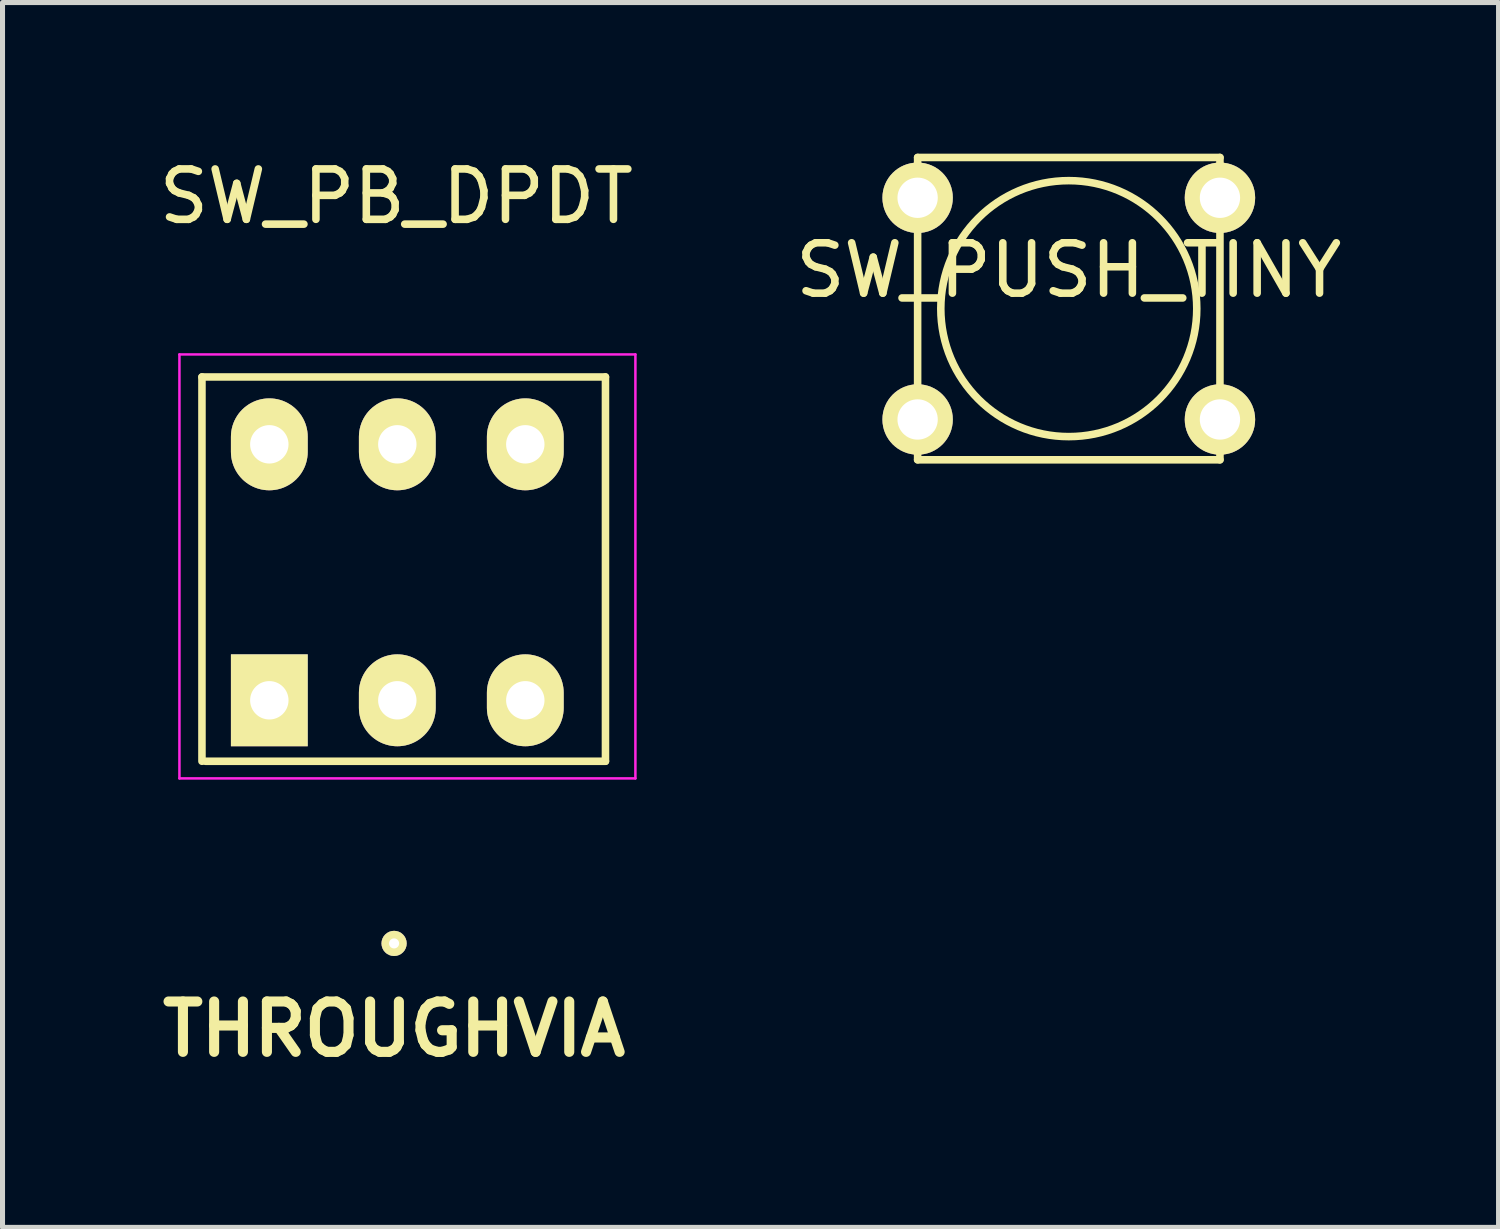
<source format=kicad_pcb>
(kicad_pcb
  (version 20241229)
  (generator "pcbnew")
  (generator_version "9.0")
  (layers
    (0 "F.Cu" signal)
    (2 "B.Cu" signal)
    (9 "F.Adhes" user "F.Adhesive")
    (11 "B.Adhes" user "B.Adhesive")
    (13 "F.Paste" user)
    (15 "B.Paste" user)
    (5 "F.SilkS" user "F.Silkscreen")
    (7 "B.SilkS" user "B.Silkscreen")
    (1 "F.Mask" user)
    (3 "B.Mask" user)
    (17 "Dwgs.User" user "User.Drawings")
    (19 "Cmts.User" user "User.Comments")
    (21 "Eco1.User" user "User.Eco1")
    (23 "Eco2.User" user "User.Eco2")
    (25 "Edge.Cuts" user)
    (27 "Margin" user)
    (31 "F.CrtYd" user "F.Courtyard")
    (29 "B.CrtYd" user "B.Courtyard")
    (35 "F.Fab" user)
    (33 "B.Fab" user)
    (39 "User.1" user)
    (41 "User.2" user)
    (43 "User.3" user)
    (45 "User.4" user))
  (footprint "SW_PB_DPDT"
    (layer "F.Cu")
    (at 2.295 10.848)
    (property "Reference" "SW_PB_DPDT" (at 2.52 -10 0) (layer "F.SilkS") (effects (font (size 1 1) (thickness 0.15))))
    (attr through_hole)
    (fp_line (start -1.337 -6.417) (end 6.671 -6.417) (stroke (width 0.15) (type solid)) (layer "F.SilkS"))
    (fp_line (start -1.337 1.21) (end -1.337 -6.417) (stroke (width 0.15) (type solid)) (layer "F.SilkS"))
    (fp_line (start 6.671 -6.417) (end 6.671 1.21) (stroke (width 0.15) (type solid)) (layer "F.SilkS"))
    (fp_line (start 6.671 1.21) (end -1.27 1.21) (stroke (width 0.15) (type solid)) (layer "F.SilkS"))
    (fp_line (start -1.784 -6.864) (end -1.784 1.55) (stroke (width 0.05) (type solid)) (layer "F.CrtYd"))
    (fp_line (start -1.784 1.55) (end 7.265 1.55) (stroke (width 0.05) (type solid)) (layer "F.CrtYd"))
    (fp_line (start 7.265 -6.864) (end -1.784 -6.864) (stroke (width 0.05) (type solid)) (layer "F.CrtYd"))
    (fp_line (start 7.265 1.55) (end 7.265 -6.864) (stroke (width 0.05) (type solid)) (layer "F.CrtYd"))
    (pad "1" thru_hole rect (at 0 0) (size 1.524 1.824) (drill 0.762) (layers "*.Cu" "*.Mask" "F.SilkS"))
    (pad "2" thru_hole oval (at 2.54 0) (size 1.524 1.824) (drill 0.762) (layers "*.Cu" "*.Mask" "F.SilkS"))
    (pad "3" thru_hole oval (at 5.08 0) (size 1.524 1.824) (drill 0.762) (layers "*.Cu" "*.Mask" "F.SilkS"))
    (pad "4" thru_hole oval (at 0 -5.08) (size 1.524 1.824) (drill 0.762) (layers "*.Cu" "*.Mask" "F.SilkS"))
    (pad "5" thru_hole oval (at 2.54 -5.08) (size 1.524 1.824) (drill 0.762) (layers "*.Cu" "*.Mask" "F.SilkS"))
    (pad "6" thru_hole oval (at 5.08 -5.08) (size 1.524 1.824) (drill 0.762) (layers "*.Cu" "*.Mask" "F.SilkS")))
  (footprint "THROUGHVIA"
    (layer "F.Cu")
    (at 4.771 15.673)
    (property "Reference" "THROUGHVIA" (at 0 1.7 0) (layer "F.SilkS") (effects (font (size 1 1) (thickness 0.2))))
    (attr through_hole)
    (pad "1" thru_hole circle (at 0 0) (size 0.5 0.5) (drill 0.2) (layers "*.Cu" "*.Mask" "F.SilkS")))
  (footprint "SW_PUSH_TINY"
    (layer "F.Cu")
    (at 18.161 3.075)
    (property "Reference" "SW_PUSH_TINY" (at 0 -0.762 0) (layer "F.SilkS") (effects (font (size 1 1) (thickness 0.15))))
    (attr through_hole)
    (fp_line (start -3 -3) (end -3 3) (stroke (width 0.15) (type solid)) (layer "F.SilkS"))
    (fp_line (start -3 -3) (end 3 -3) (stroke (width 0.15) (type solid)) (layer "F.SilkS"))
    (fp_line (start 3 -3) (end 3 3) (stroke (width 0.15) (type solid)) (layer "F.SilkS"))
    (fp_line (start 3 3) (end -3 3) (stroke (width 0.15) (type solid)) (layer "F.SilkS"))
    (fp_circle (center 0 0) (end 0 -2.54) (stroke (width 0.15) (type solid)) (fill no) (layer "F.SilkS"))
    (pad "1" thru_hole circle (at -3 -2.2) (size 1.397 1.397) (drill 0.8) (layers "*.Cu" "*.Mask" "F.SilkS"))
    (pad "1" thru_hole circle (at 3 -2.2) (size 1.397 1.397) (drill 0.8) (layers "*.Cu" "*.Mask" "F.SilkS"))
    (pad "2" thru_hole circle (at -3 2.2) (size 1.397 1.397) (drill 0.8) (layers "*.Cu" "*.Mask" "F.SilkS"))
    (pad "2" thru_hole circle (at 3 2.2) (size 1.397 1.397) (drill 0.8) (layers "*.Cu" "*.Mask" "F.SilkS")))
  (gr_rect
    (start -3 -3)
    (end 26.69 21.309)
    (stroke (width 0.1) (type default))
    (fill no)
    (layer "Edge.Cuts")))
</source>
